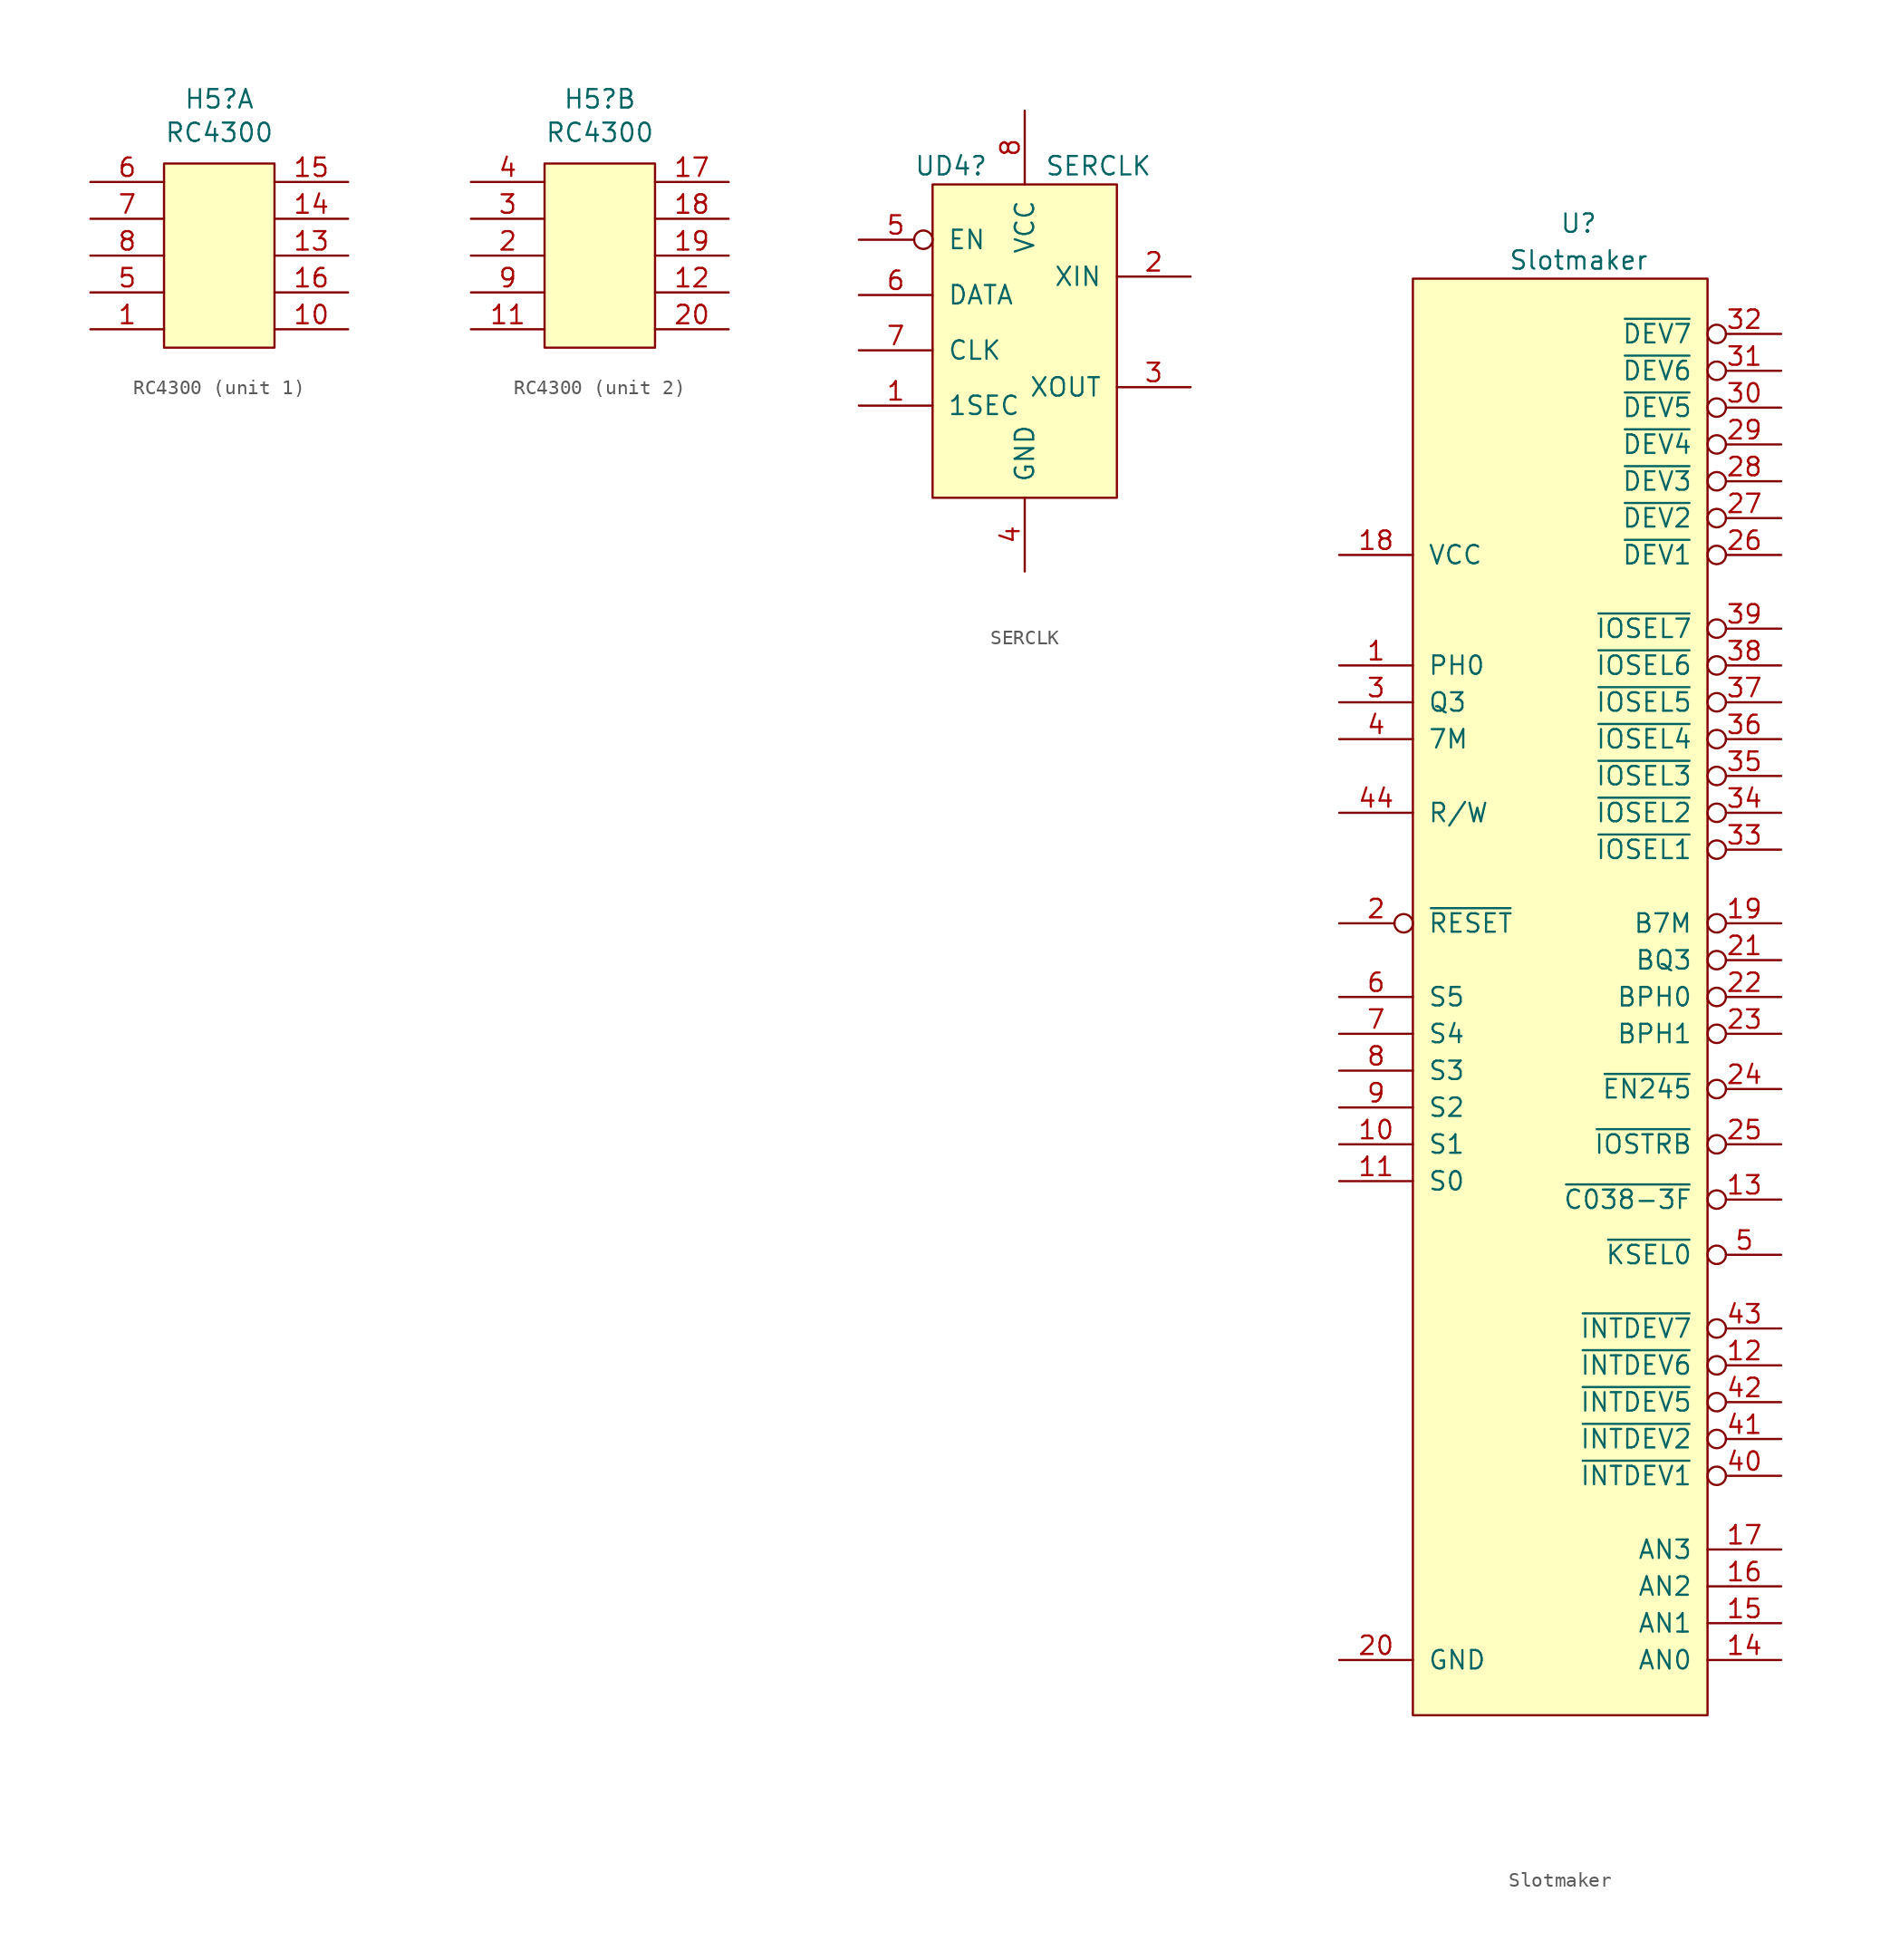
<source format=kicad_sym>
(kicad_symbol_lib
  (version 20211014)
  (generator kicad_symbol_editor)
  (symbol "RC4300"
    (pin_names
      (offset 1.016))
    (property "Reference" "H5"
      (at 0 9.525 0)
      (effects (font (size 1.27 1.27))))
    (property "Value" "RC4300"
      (at 0 7.214 0)
      (effects (font (size 1.27 1.27))))
    (property "ki_locked" ""
      (at 0 0 0)
      (effects (font (size 1.27 1.27))))
    (symbol "RC4300_0_1"
      (rectangle (start -3.81 5.08) (end 3.81 -7.62) (stroke (width 0) (type default) (color 0 0 0 0)) (fill (type background))))
    (symbol "RC4300_1_1"
      (pin passive line (at -8.89 -6.35 0) (length 5.08) (name "~" (effects (font (size 1.27 1.27)))) (number "1" (effects (font (size 1.27 1.27)))))
      (pin passive line (at 8.89 -6.35 180) (length 5.08) (name "~" (effects (font (size 1.27 1.27)))) (number "10" (effects (font (size 1.27 1.27)))))
      (pin passive line (at 8.89 -1.27 180) (length 5.08) (name "~" (effects (font (size 1.27 1.27)))) (number "13" (effects (font (size 1.27 1.27)))))
      (pin passive line (at 8.89 1.27 180) (length 5.08) (name "~" (effects (font (size 1.27 1.27)))) (number "14" (effects (font (size 1.27 1.27)))))
      (pin passive line (at 8.89 3.81 180) (length 5.08) (name "~" (effects (font (size 1.27 1.27)))) (number "15" (effects (font (size 1.27 1.27)))))
      (pin passive line (at 8.89 -3.81 180) (length 5.08) (name "~" (effects (font (size 1.27 1.27)))) (number "16" (effects (font (size 1.27 1.27)))))
      (pin passive line (at -8.89 -3.81 0) (length 5.08) (name "~" (effects (font (size 1.27 1.27)))) (number "5" (effects (font (size 1.27 1.27)))))
      (pin passive line (at -8.89 3.81 0) (length 5.08) (name "~" (effects (font (size 1.27 1.27)))) (number "6" (effects (font (size 1.27 1.27)))))
      (pin passive line (at -8.89 1.27 0) (length 5.08) (name "~" (effects (font (size 1.27 1.27)))) (number "7" (effects (font (size 1.27 1.27)))))
      (pin passive line (at -8.89 -1.27 0) (length 5.08) (name "~" (effects (font (size 1.27 1.27)))) (number "8" (effects (font (size 1.27 1.27))))))
    (symbol "RC4300_2_1"
      (pin passive line (at -8.89 -6.35 0) (length 5.08) (name "~" (effects (font (size 1.27 1.27)))) (number "11" (effects (font (size 1.27 1.27)))))
      (pin passive line (at 8.89 -3.81 180) (length 5.08) (name "~" (effects (font (size 1.27 1.27)))) (number "12" (effects (font (size 1.27 1.27)))))
      (pin passive line (at 8.89 3.81 180) (length 5.08) (name "~" (effects (font (size 1.27 1.27)))) (number "17" (effects (font (size 1.27 1.27)))))
      (pin passive line (at 8.89 1.27 180) (length 5.08) (name "~" (effects (font (size 1.27 1.27)))) (number "18" (effects (font (size 1.27 1.27)))))
      (pin passive line (at 8.89 -1.27 180) (length 5.08) (name "~" (effects (font (size 1.27 1.27)))) (number "19" (effects (font (size 1.27 1.27)))))
      (pin passive line (at -8.89 -1.27 0) (length 5.08) (name "~" (effects (font (size 1.27 1.27)))) (number "2" (effects (font (size 1.27 1.27)))))
      (pin passive line (at 8.89 -6.35 180) (length 5.08) (name "~" (effects (font (size 1.27 1.27)))) (number "20" (effects (font (size 1.27 1.27)))))
      (pin passive line (at -8.89 1.27 0) (length 5.08) (name "~" (effects (font (size 1.27 1.27)))) (number "3" (effects (font (size 1.27 1.27)))))
      (pin passive line (at -8.89 3.81 0) (length 5.08) (name "~" (effects (font (size 1.27 1.27)))) (number "4" (effects (font (size 1.27 1.27)))))
      (pin passive line (at -8.89 -3.81 0) (length 5.08) (name "~" (effects (font (size 1.27 1.27)))) (number "9" (effects (font (size 1.27 1.27)))))))
  (symbol "SERCLK"
    (pin_names
      (offset 1.016))
    (property "Reference" "UD4"
      (at 3.81 0 0)
      (effects (font (size 1.27 1.27))))
    (property "Value" "SERCLK"
      (at 13.97 0 0)
      (effects (font (size 1.27 1.27))))
    (symbol "SERCLK_0_1"
      (rectangle (start 2.54 -1.27) (end 15.24 -22.86) (stroke (width 0) (type default) (color 0 0 0 0)) (fill (type background))))
    (symbol "SERCLK_1_1"
      (pin passive line (at -2.54 -16.51 0) (length 5.08) (name "1SEC" (effects (font (size 1.27 1.27)))) (number "1" (effects (font (size 1.27 1.27)))))
      (pin passive line (at 20.32 -7.62 180) (length 5.08) (name "XIN" (effects (font (size 1.27 1.27)))) (number "2" (effects (font (size 1.27 1.27)))))
      (pin passive line (at 20.32 -15.24 180) (length 5.08) (name "XOUT" (effects (font (size 1.27 1.27)))) (number "3" (effects (font (size 1.27 1.27)))))
      (pin power_in line (at 8.89 -27.94 90) (length 5.08) (name "GND" (effects (font (size 1.27 1.27)))) (number "4" (effects (font (size 1.27 1.27)))))
      (pin passive inverted (at -2.54 -5.08 0) (length 5.08) (name "EN" (effects (font (size 1.27 1.27)))) (number "5" (effects (font (size 1.27 1.27)))))
      (pin passive line (at -2.54 -8.89 0) (length 5.08) (name "DATA" (effects (font (size 1.27 1.27)))) (number "6" (effects (font (size 1.27 1.27)))))
      (pin passive line (at -2.54 -12.7 0) (length 5.08) (name "CLK" (effects (font (size 1.27 1.27)))) (number "7" (effects (font (size 1.27 1.27)))))
      (pin power_in line (at 8.89 3.81 270) (length 5.08) (name "VCC" (effects (font (size 1.27 1.27)))) (number "8" (effects (font (size 1.27 1.27)))))))
  (symbol "Slotmaker"
    (pin_names
      (offset 1.016))
    (property "Reference" "U"
      (at 2.54 50.8 0)
      (effects (font (size 1.27 1.27))))
    (property "Value" "Slotmaker"
      (at 2.54 48.26 0)
      (effects (font (size 1.27 1.27))))
    (symbol "Slotmaker_0_0"
      (rectangle (start 11.43 46.99) (end -8.89 -52.07) (stroke (width 0) (type default) (color 0 0 0 0)) (fill (type background))))
    (symbol "Slotmaker_1_1"
      (pin input line (at -13.97 20.32 0) (length 5.08) (name "PH0" (effects (font (size 1.27 1.27)))) (number "1" (effects (font (size 1.27 1.27)))))
      (pin input line (at -13.97 -12.7 0) (length 5.08) (name "S1" (effects (font (size 1.27 1.27)))) (number "10" (effects (font (size 1.27 1.27)))))
      (pin input line (at -13.97 -15.24 0) (length 5.08) (name "S0" (effects (font (size 1.27 1.27)))) (number "11" (effects (font (size 1.27 1.27)))))
      (pin output inverted (at 16.51 -27.94 180) (length 5.08) (name "~{INTDEV6}" (effects (font (size 1.27 1.27)))) (number "12" (effects (font (size 1.27 1.27)))))
      (pin output inverted (at 16.51 -16.51 180) (length 5.08) (name "~{C038-3F}" (effects (font (size 1.27 1.27)))) (number "13" (effects (font (size 1.27 1.27)))))
      (pin output line (at 16.51 -48.26 180) (length 5.08) (name "AN0" (effects (font (size 1.27 1.27)))) (number "14" (effects (font (size 1.27 1.27)))))
      (pin output line (at 16.51 -45.72 180) (length 5.08) (name "AN1" (effects (font (size 1.27 1.27)))) (number "15" (effects (font (size 1.27 1.27)))))
      (pin output line (at 16.51 -43.18 180) (length 5.08) (name "AN2" (effects (font (size 1.27 1.27)))) (number "16" (effects (font (size 1.27 1.27)))))
      (pin output line (at 16.51 -40.64 180) (length 5.08) (name "AN3" (effects (font (size 1.27 1.27)))) (number "17" (effects (font (size 1.27 1.27)))))
      (pin power_in line (at -13.97 27.94 0) (length 5.08) (name "VCC" (effects (font (size 1.27 1.27)))) (number "18" (effects (font (size 1.27 1.27)))))
      (pin output inverted (at 16.51 2.54 180) (length 5.08) (name "B7M" (effects (font (size 1.27 1.27)))) (number "19" (effects (font (size 1.27 1.27)))))
      (pin input inverted (at -13.97 2.54 0) (length 5.08) (name "~{RESET}" (effects (font (size 1.27 1.27)))) (number "2" (effects (font (size 1.27 1.27)))))
      (pin power_out line (at -13.97 -48.26 0) (length 5.08) (name "GND" (effects (font (size 1.27 1.27)))) (number "20" (effects (font (size 1.27 1.27)))))
      (pin output inverted (at 16.51 0 180) (length 5.08) (name "BQ3" (effects (font (size 1.27 1.27)))) (number "21" (effects (font (size 1.27 1.27)))))
      (pin output inverted (at 16.51 -2.54 180) (length 5.08) (name "BPH0" (effects (font (size 1.27 1.27)))) (number "22" (effects (font (size 1.27 1.27)))))
      (pin output inverted (at 16.51 -5.08 180) (length 5.08) (name "BPH1" (effects (font (size 1.27 1.27)))) (number "23" (effects (font (size 1.27 1.27)))))
      (pin output inverted (at 16.51 -8.89 180) (length 5.08) (name "~{EN245}" (effects (font (size 1.27 1.27)))) (number "24" (effects (font (size 1.27 1.27)))))
      (pin output inverted (at 16.51 -12.7 180) (length 5.08) (name "~{IOSTRB}" (effects (font (size 1.27 1.27)))) (number "25" (effects (font (size 1.27 1.27)))))
      (pin output inverted (at 16.51 27.94 180) (length 5.08) (name "~{DEV1}" (effects (font (size 1.27 1.27)))) (number "26" (effects (font (size 1.27 1.27)))))
      (pin output inverted (at 16.51 30.48 180) (length 5.08) (name "~{DEV2}" (effects (font (size 1.27 1.27)))) (number "27" (effects (font (size 1.27 1.27)))))
      (pin output inverted (at 16.51 33.02 180) (length 5.08) (name "~{DEV3}" (effects (font (size 1.27 1.27)))) (number "28" (effects (font (size 1.27 1.27)))))
      (pin output inverted (at 16.51 35.56 180) (length 5.08) (name "~{DEV4}" (effects (font (size 1.27 1.27)))) (number "29" (effects (font (size 1.27 1.27)))))
      (pin input line (at -13.97 17.78 0) (length 5.08) (name "Q3" (effects (font (size 1.27 1.27)))) (number "3" (effects (font (size 1.27 1.27)))))
      (pin output inverted (at 16.51 38.1 180) (length 5.08) (name "~{DEV5}" (effects (font (size 1.27 1.27)))) (number "30" (effects (font (size 1.27 1.27)))))
      (pin output inverted (at 16.51 40.64 180) (length 5.08) (name "~{DEV6}" (effects (font (size 1.27 1.27)))) (number "31" (effects (font (size 1.27 1.27)))))
      (pin output inverted (at 16.51 43.18 180) (length 5.08) (name "~{DEV7}" (effects (font (size 1.27 1.27)))) (number "32" (effects (font (size 1.27 1.27)))))
      (pin output inverted (at 16.51 7.62 180) (length 5.08) (name "~{IOSEL1}" (effects (font (size 1.27 1.27)))) (number "33" (effects (font (size 1.27 1.27)))))
      (pin output inverted (at 16.51 10.16 180) (length 5.08) (name "~{IOSEL2}" (effects (font (size 1.27 1.27)))) (number "34" (effects (font (size 1.27 1.27)))))
      (pin output inverted (at 16.51 12.7 180) (length 5.08) (name "~{IOSEL3}" (effects (font (size 1.27 1.27)))) (number "35" (effects (font (size 1.27 1.27)))))
      (pin output inverted (at 16.51 15.24 180) (length 5.08) (name "~{IOSEL4}" (effects (font (size 1.27 1.27)))) (number "36" (effects (font (size 1.27 1.27)))))
      (pin output inverted (at 16.51 17.78 180) (length 5.08) (name "~{IOSEL5}" (effects (font (size 1.27 1.27)))) (number "37" (effects (font (size 1.27 1.27)))))
      (pin output inverted (at 16.51 20.32 180) (length 5.08) (name "~{IOSEL6}" (effects (font (size 1.27 1.27)))) (number "38" (effects (font (size 1.27 1.27)))))
      (pin output inverted (at 16.51 22.86 180) (length 5.08) (name "~{IOSEL7}" (effects (font (size 1.27 1.27)))) (number "39" (effects (font (size 1.27 1.27)))))
      (pin input line (at -13.97 15.24 0) (length 5.08) (name "7M" (effects (font (size 1.27 1.27)))) (number "4" (effects (font (size 1.27 1.27)))))
      (pin output inverted (at 16.51 -35.56 180) (length 5.08) (name "~{INTDEV1}" (effects (font (size 1.27 1.27)))) (number "40" (effects (font (size 1.27 1.27)))))
      (pin output inverted (at 16.51 -33.02 180) (length 5.08) (name "~{INTDEV2}" (effects (font (size 1.27 1.27)))) (number "41" (effects (font (size 1.27 1.27)))))
      (pin output inverted (at 16.51 -30.48 180) (length 5.08) (name "~{INTDEV5}" (effects (font (size 1.27 1.27)))) (number "42" (effects (font (size 1.27 1.27)))))
      (pin output inverted (at 16.51 -25.4 180) (length 5.08) (name "~{INTDEV7}" (effects (font (size 1.27 1.27)))) (number "43" (effects (font (size 1.27 1.27)))))
      (pin input line (at -13.97 10.16 0) (length 5.08) (name "R/W" (effects (font (size 1.27 1.27)))) (number "44" (effects (font (size 1.27 1.27)))))
      (pin output inverted (at 16.51 -20.32 180) (length 5.08) (name "~{KSEL0}" (effects (font (size 1.27 1.27)))) (number "5" (effects (font (size 1.27 1.27)))))
      (pin input line (at -13.97 -2.54 0) (length 5.08) (name "S5" (effects (font (size 1.27 1.27)))) (number "6" (effects (font (size 1.27 1.27)))))
      (pin input line (at -13.97 -5.08 0) (length 5.08) (name "S4" (effects (font (size 1.27 1.27)))) (number "7" (effects (font (size 1.27 1.27)))))
      (pin input line (at -13.97 -7.62 0) (length 5.08) (name "S3" (effects (font (size 1.27 1.27)))) (number "8" (effects (font (size 1.27 1.27)))))
      (pin input line (at -13.97 -10.16 0) (length 5.08) (name "S2" (effects (font (size 1.27 1.27)))) (number "9" (effects (font (size 1.27 1.27))))))))
</source>
